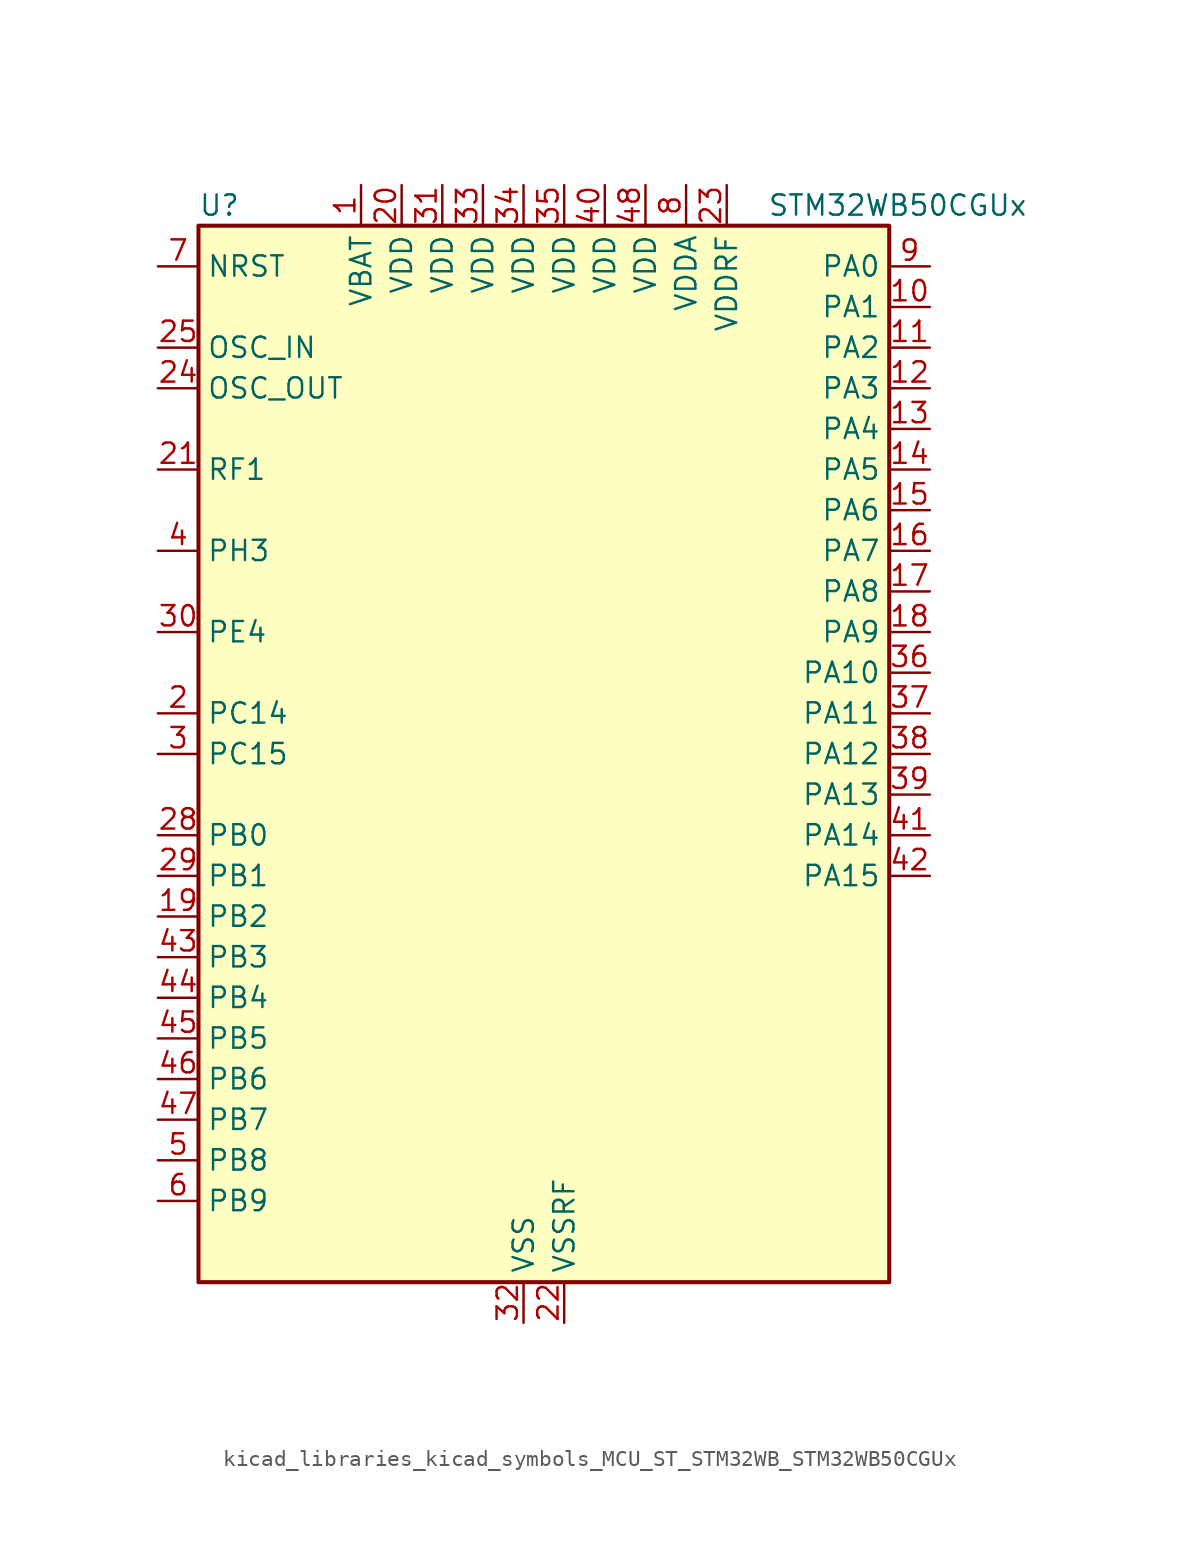
<source format=kicad_sym>
(kicad_symbol_lib
  (version 20220914)
  (generator kicad_symbol_editor)
  (symbol "kicad_libraries_kicad_symbols_MCU_ST_STM32WB_STM32WB50CGUx"
    (property "Reference" "U"
      (at -20.32 34.29 0)
      (effects (font (size 1.27 1.27)) (justify left)))
    (property "Value" "STM32WB50CGUx"
      (at 15.24 34.29 0)
      (effects (font (size 1.27 1.27)) (justify left)))
    (property "ki_locked" ""
      (at 0 0 0)
      (effects (font (size 1.27 1.27))))
    (symbol "kicad_libraries_kicad_symbols_MCU_ST_STM32WB_STM32WB50CGUx_0_1"
      (rectangle (start -20.32 -33.02) (end 22.86 33.02) (stroke (width 0.254) (type default)) (fill (type background))))
    (symbol "kicad_libraries_kicad_symbols_MCU_ST_STM32WB_STM32WB50CGUx_1_1"
      (pin power_in line (at -10.16 35.56 270) (length 2.54) (name "VBAT" (effects (font (size 1.27 1.27)))) (number "1" (effects (font (size 1.27 1.27)))))
      (pin bidirectional line (at 25.4 27.94 180) (length 2.54) (name "PA1" (effects (font (size 1.27 1.27)))) (number "10" (effects (font (size 1.27 1.27)))) (alternate "ADC1_IN6" bidirectional line) (alternate "I2C1_SMBA" bidirectional line) (alternate "SPI1_SCK" bidirectional line) (alternate "TIM2_CH2" bidirectional line))
      (pin bidirectional line (at 25.4 25.4 180) (length 2.54) (name "PA2" (effects (font (size 1.27 1.27)))) (number "11" (effects (font (size 1.27 1.27)))) (alternate "ADC1_IN7" bidirectional line) (alternate "RCC_LSCO" bidirectional line) (alternate "SYS_WKUP4" bidirectional line) (alternate "TIM2_CH3" bidirectional line))
      (pin bidirectional line (at 25.4 22.86 180) (length 2.54) (name "PA3" (effects (font (size 1.27 1.27)))) (number "12" (effects (font (size 1.27 1.27)))) (alternate "ADC1_IN8" bidirectional line) (alternate "TIM2_CH4" bidirectional line))
      (pin bidirectional line (at 25.4 20.32 180) (length 2.54) (name "PA4" (effects (font (size 1.27 1.27)))) (number "13" (effects (font (size 1.27 1.27)))) (alternate "ADC1_IN9" bidirectional line) (alternate "LPTIM2_OUT" bidirectional line) (alternate "SPI1_NSS" bidirectional line))
      (pin bidirectional line (at 25.4 17.78 180) (length 2.54) (name "PA5" (effects (font (size 1.27 1.27)))) (number "14" (effects (font (size 1.27 1.27)))) (alternate "ADC1_IN10" bidirectional line) (alternate "LPTIM2_ETR" bidirectional line) (alternate "SPI1_SCK" bidirectional line) (alternate "TIM2_CH1" bidirectional line) (alternate "TIM2_ETR" bidirectional line))
      (pin bidirectional line (at 25.4 15.24 180) (length 2.54) (name "PA6" (effects (font (size 1.27 1.27)))) (number "15" (effects (font (size 1.27 1.27)))) (alternate "ADC1_IN11" bidirectional line) (alternate "SPI1_MISO" bidirectional line) (alternate "TIM16_CH1" bidirectional line) (alternate "TIM1_BKIN" bidirectional line))
      (pin bidirectional line (at 25.4 12.7 180) (length 2.54) (name "PA7" (effects (font (size 1.27 1.27)))) (number "16" (effects (font (size 1.27 1.27)))) (alternate "ADC1_IN12" bidirectional line) (alternate "SPI1_MOSI" bidirectional line) (alternate "TIM17_CH1" bidirectional line) (alternate "TIM1_CH1N" bidirectional line))
      (pin bidirectional line (at 25.4 10.16 180) (length 2.54) (name "PA8" (effects (font (size 1.27 1.27)))) (number "17" (effects (font (size 1.27 1.27)))) (alternate "ADC1_IN15" bidirectional line) (alternate "LPTIM2_OUT" bidirectional line) (alternate "RCC_MCO" bidirectional line) (alternate "TIM1_CH1" bidirectional line) (alternate "USART1_CK" bidirectional line))
      (pin bidirectional line (at 25.4 7.62 180) (length 2.54) (name "PA9" (effects (font (size 1.27 1.27)))) (number "18" (effects (font (size 1.27 1.27)))) (alternate "ADC1_IN16" bidirectional line) (alternate "I2C1_SCL" bidirectional line) (alternate "TIM1_CH2" bidirectional line) (alternate "USART1_TX" bidirectional line))
      (pin bidirectional line (at -22.86 -10.16 0) (length 2.54) (name "PB2" (effects (font (size 1.27 1.27)))) (number "19" (effects (font (size 1.27 1.27)))) (alternate "LPTIM1_OUT" bidirectional line) (alternate "RTC_OUT2" bidirectional line) (alternate "SPI1_NSS" bidirectional line))
      (pin bidirectional line (at -22.86 2.54 0) (length 2.54) (name "PC14" (effects (font (size 1.27 1.27)))) (number "2" (effects (font (size 1.27 1.27)))) (alternate "RCC_OSC32_IN" bidirectional line))
      (pin power_in line (at -7.62 35.56 270) (length 2.54) (name "VDD" (effects (font (size 1.27 1.27)))) (number "20" (effects (font (size 1.27 1.27)))))
      (pin bidirectional line (at -22.86 17.78 0) (length 2.54) (name "RF1" (effects (font (size 1.27 1.27)))) (number "21" (effects (font (size 1.27 1.27)))) (alternate "RF_RF1" bidirectional line))
      (pin power_in line (at 2.54 -35.56 90) (length 2.54) (name "VSSRF" (effects (font (size 1.27 1.27)))) (number "22" (effects (font (size 1.27 1.27)))))
      (pin power_in line (at 12.7 35.56 270) (length 2.54) (name "VDDRF" (effects (font (size 1.27 1.27)))) (number "23" (effects (font (size 1.27 1.27)))))
      (pin input line (at -22.86 22.86 0) (length 2.54) (name "OSC_OUT" (effects (font (size 1.27 1.27)))) (number "24" (effects (font (size 1.27 1.27)))) (alternate "RCC_OSC_OUT" bidirectional line))
      (pin input line (at -22.86 25.4 0) (length 2.54) (name "OSC_IN" (effects (font (size 1.27 1.27)))) (number "25" (effects (font (size 1.27 1.27)))) (alternate "RCC_OSC_IN" bidirectional line))
      (pin no_connect line (at -20.32 -33.02 0) (length 2.54) hide (name "AT0" (effects (font (size 1.27 1.27)))) (number "26" (effects (font (size 1.27 1.27)))))
      (pin no_connect line (at -20.32 -30.48 0) (length 2.54) hide (name "AT1" (effects (font (size 1.27 1.27)))) (number "27" (effects (font (size 1.27 1.27)))))
      (pin bidirectional line (at -22.86 -5.08 0) (length 2.54) (name "PB0" (effects (font (size 1.27 1.27)))) (number "28" (effects (font (size 1.27 1.27)))) (alternate "RF_TX_MOD_EXT_PA" bidirectional line))
      (pin bidirectional line (at -22.86 -7.62 0) (length 2.54) (name "PB1" (effects (font (size 1.27 1.27)))) (number "29" (effects (font (size 1.27 1.27)))) (alternate "LPTIM2_IN1" bidirectional line))
      (pin bidirectional line (at -22.86 0 0) (length 2.54) (name "PC15" (effects (font (size 1.27 1.27)))) (number "3" (effects (font (size 1.27 1.27)))) (alternate "ADC1_EXTI15" bidirectional line) (alternate "RCC_OSC32_OUT" bidirectional line))
      (pin bidirectional line (at -22.86 7.62 0) (length 2.54) (name "PE4" (effects (font (size 1.27 1.27)))) (number "30" (effects (font (size 1.27 1.27)))))
      (pin power_in line (at -5.08 35.56 270) (length 2.54) (name "VDD" (effects (font (size 1.27 1.27)))) (number "31" (effects (font (size 1.27 1.27)))))
      (pin power_in line (at 0 -35.56 90) (length 2.54) (name "VSS" (effects (font (size 1.27 1.27)))) (number "32" (effects (font (size 1.27 1.27)))))
      (pin power_in line (at -2.54 35.56 270) (length 2.54) (name "VDD" (effects (font (size 1.27 1.27)))) (number "33" (effects (font (size 1.27 1.27)))))
      (pin power_in line (at 0 35.56 270) (length 2.54) (name "VDD" (effects (font (size 1.27 1.27)))) (number "34" (effects (font (size 1.27 1.27)))))
      (pin power_in line (at 2.54 35.56 270) (length 2.54) (name "VDD" (effects (font (size 1.27 1.27)))) (number "35" (effects (font (size 1.27 1.27)))))
      (pin bidirectional line (at 25.4 5.08 180) (length 2.54) (name "PA10" (effects (font (size 1.27 1.27)))) (number "36" (effects (font (size 1.27 1.27)))) (alternate "I2C1_SDA" bidirectional line) (alternate "TIM17_BKIN" bidirectional line) (alternate "TIM1_CH3" bidirectional line) (alternate "USART1_RX" bidirectional line))
      (pin bidirectional line (at 25.4 2.54 180) (length 2.54) (name "PA11" (effects (font (size 1.27 1.27)))) (number "37" (effects (font (size 1.27 1.27)))) (alternate "ADC1_EXTI11" bidirectional line) (alternate "SPI1_MISO" bidirectional line) (alternate "TIM1_BKIN2" bidirectional line) (alternate "TIM1_CH4" bidirectional line) (alternate "USART1_CTS" bidirectional line) (alternate "USART1_NSS" bidirectional line))
      (pin bidirectional line (at 25.4 0 180) (length 2.54) (name "PA12" (effects (font (size 1.27 1.27)))) (number "38" (effects (font (size 1.27 1.27)))) (alternate "SPI1_MOSI" bidirectional line) (alternate "TIM1_ETR" bidirectional line) (alternate "USART1_DE" bidirectional line) (alternate "USART1_RTS" bidirectional line))
      (pin bidirectional line (at 25.4 -2.54 180) (length 2.54) (name "PA13" (effects (font (size 1.27 1.27)))) (number "39" (effects (font (size 1.27 1.27)))) (alternate "IR_OUT" bidirectional line) (alternate "SYS_JTMS-SWDIO" bidirectional line))
      (pin bidirectional line (at -22.86 12.7 0) (length 2.54) (name "PH3" (effects (font (size 1.27 1.27)))) (number "4" (effects (font (size 1.27 1.27)))) (alternate "RCC_LSCO" bidirectional line))
      (pin power_in line (at 5.08 35.56 270) (length 2.54) (name "VDD" (effects (font (size 1.27 1.27)))) (number "40" (effects (font (size 1.27 1.27)))))
      (pin bidirectional line (at 25.4 -5.08 180) (length 2.54) (name "PA14" (effects (font (size 1.27 1.27)))) (number "41" (effects (font (size 1.27 1.27)))) (alternate "I2C1_SMBA" bidirectional line) (alternate "LPTIM1_OUT" bidirectional line) (alternate "SYS_JTCK-SWCLK" bidirectional line))
      (pin bidirectional line (at 25.4 -7.62 180) (length 2.54) (name "PA15" (effects (font (size 1.27 1.27)))) (number "42" (effects (font (size 1.27 1.27)))) (alternate "ADC1_EXTI15" bidirectional line) (alternate "RCC_MCO" bidirectional line) (alternate "SPI1_NSS" bidirectional line) (alternate "SYS_JTDI" bidirectional line) (alternate "TIM2_CH1" bidirectional line) (alternate "TIM2_ETR" bidirectional line))
      (pin bidirectional line (at -22.86 -12.7 0) (length 2.54) (name "PB3" (effects (font (size 1.27 1.27)))) (number "43" (effects (font (size 1.27 1.27)))) (alternate "SPI1_SCK" bidirectional line) (alternate "SYS_JTDO-SWO" bidirectional line) (alternate "TIM2_CH2" bidirectional line) (alternate "USART1_DE" bidirectional line) (alternate "USART1_RTS" bidirectional line))
      (pin bidirectional line (at -22.86 -15.24 0) (length 2.54) (name "PB4" (effects (font (size 1.27 1.27)))) (number "44" (effects (font (size 1.27 1.27)))) (alternate "SPI1_MISO" bidirectional line) (alternate "SYS_JTRST" bidirectional line) (alternate "TIM17_BKIN" bidirectional line) (alternate "USART1_CTS" bidirectional line) (alternate "USART1_NSS" bidirectional line))
      (pin bidirectional line (at -22.86 -17.78 0) (length 2.54) (name "PB5" (effects (font (size 1.27 1.27)))) (number "45" (effects (font (size 1.27 1.27)))) (alternate "I2C1_SMBA" bidirectional line) (alternate "LPTIM1_IN1" bidirectional line) (alternate "SPI1_MOSI" bidirectional line) (alternate "TIM16_BKIN" bidirectional line) (alternate "USART1_CK" bidirectional line))
      (pin bidirectional line (at -22.86 -20.32 0) (length 2.54) (name "PB6" (effects (font (size 1.27 1.27)))) (number "46" (effects (font (size 1.27 1.27)))) (alternate "I2C1_SCL" bidirectional line) (alternate "LPTIM1_ETR" bidirectional line) (alternate "RCC_MCO" bidirectional line) (alternate "TIM16_CH1N" bidirectional line) (alternate "USART1_TX" bidirectional line))
      (pin bidirectional line (at -22.86 -22.86 0) (length 2.54) (name "PB7" (effects (font (size 1.27 1.27)))) (number "47" (effects (font (size 1.27 1.27)))) (alternate "I2C1_SDA" bidirectional line) (alternate "LPTIM1_IN2" bidirectional line) (alternate "SYS_PVD_IN" bidirectional line) (alternate "TIM17_CH1N" bidirectional line) (alternate "TIM1_BKIN" bidirectional line) (alternate "USART1_RX" bidirectional line))
      (pin power_in line (at 7.62 35.56 270) (length 2.54) (name "VDD" (effects (font (size 1.27 1.27)))) (number "48" (effects (font (size 1.27 1.27)))))
      (pin passive line (at 0 -35.56 90) (length 2.54) hide (name "VSS" (effects (font (size 1.27 1.27)))) (number "49" (effects (font (size 1.27 1.27)))))
      (pin bidirectional line (at -22.86 -25.4 0) (length 2.54) (name "PB8" (effects (font (size 1.27 1.27)))) (number "5" (effects (font (size 1.27 1.27)))) (alternate "I2C1_SCL" bidirectional line) (alternate "TIM16_CH1" bidirectional line) (alternate "TIM1_CH2N" bidirectional line))
      (pin bidirectional line (at -22.86 -27.94 0) (length 2.54) (name "PB9" (effects (font (size 1.27 1.27)))) (number "6" (effects (font (size 1.27 1.27)))) (alternate "I2C1_SDA" bidirectional line) (alternate "IR_OUT" bidirectional line) (alternate "TIM17_CH1" bidirectional line) (alternate "TIM1_CH3N" bidirectional line))
      (pin input line (at -22.86 30.48 0) (length 2.54) (name "NRST" (effects (font (size 1.27 1.27)))) (number "7" (effects (font (size 1.27 1.27)))))
      (pin power_in line (at 10.16 35.56 270) (length 2.54) (name "VDDA" (effects (font (size 1.27 1.27)))) (number "8" (effects (font (size 1.27 1.27)))))
      (pin bidirectional line (at 25.4 30.48 180) (length 2.54) (name "PA0" (effects (font (size 1.27 1.27)))) (number "9" (effects (font (size 1.27 1.27)))) (alternate "ADC1_IN5" bidirectional line) (alternate "RTC_TAMP2" bidirectional line) (alternate "SYS_WKUP1" bidirectional line) (alternate "TIM2_CH1" bidirectional line) (alternate "TIM2_ETR" bidirectional line)))))
</source>
